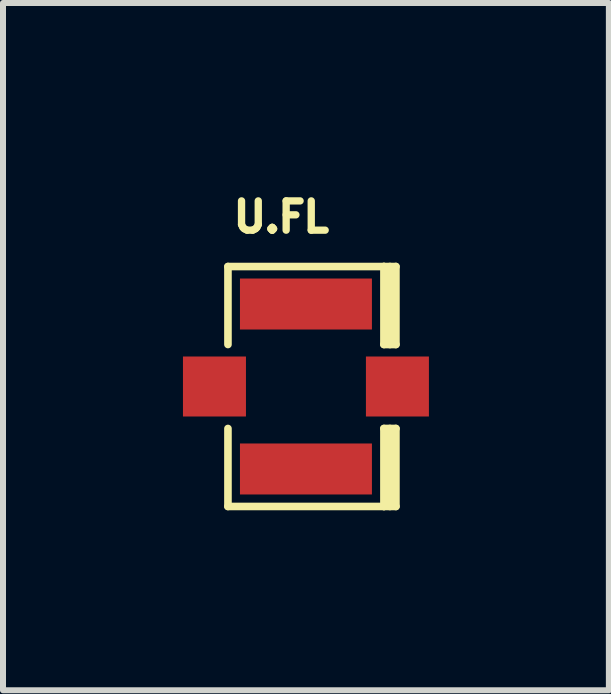
<source format=kicad_pcb>
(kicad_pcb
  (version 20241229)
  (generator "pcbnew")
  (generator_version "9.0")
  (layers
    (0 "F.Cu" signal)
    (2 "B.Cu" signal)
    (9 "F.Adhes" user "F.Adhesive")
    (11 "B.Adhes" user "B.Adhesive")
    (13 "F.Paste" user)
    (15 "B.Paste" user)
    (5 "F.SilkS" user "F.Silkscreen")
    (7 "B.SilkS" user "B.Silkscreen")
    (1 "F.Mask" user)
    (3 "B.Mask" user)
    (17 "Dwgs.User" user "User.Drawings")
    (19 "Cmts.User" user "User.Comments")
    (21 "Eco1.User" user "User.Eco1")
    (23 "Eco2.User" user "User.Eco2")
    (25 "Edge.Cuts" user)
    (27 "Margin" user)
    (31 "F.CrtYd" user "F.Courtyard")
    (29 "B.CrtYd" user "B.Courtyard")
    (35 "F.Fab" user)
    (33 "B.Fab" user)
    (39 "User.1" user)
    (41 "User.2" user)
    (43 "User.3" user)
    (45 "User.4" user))
  (footprint "U.FL"
    (layer "F.Cu")
    (at 2.05 3.393)
    (property "Reference" "U.FL" (at -1.27 -2.54 0) (layer "F.SilkS") (effects (font (size 0.488 0.488) (thickness 0.122)) (justify left bottom)))
    (fp_line (start -1.3 -0.7) (end -1.3 -2) (stroke (width 0.127) (type solid)) (layer "F.SilkS"))
    (fp_line (start -1.3 2) (end -1.3 0.7) (stroke (width 0.127) (type solid)) (layer "F.SilkS"))
    (fp_line (start -1.3 2) (end 1.3 2) (stroke (width 0.127) (type solid)) (layer "F.SilkS"))
    (fp_line (start 1.3 -2) (end -1.3 -2) (stroke (width 0.127) (type solid)) (layer "F.SilkS"))
    (fp_line (start 1.3 -0.7) (end 1.3 -2) (stroke (width 0.127) (type solid)) (layer "F.SilkS"))
    (fp_line (start 1.3 2) (end 1.3 0.7) (stroke (width 0.127) (type solid)) (layer "F.SilkS"))
    (fp_line (start 1.4 -0.7) (end 1.4 -2) (stroke (width 0.127) (type solid)) (layer "F.SilkS"))
    (fp_line (start 1.4 2) (end 1.4 0.7) (stroke (width 0.127) (type solid)) (layer "F.SilkS"))
    (fp_line (start 1.5 -2) (end 1.3 -2) (stroke (width 0.127) (type solid)) (layer "F.SilkS"))
    (fp_line (start 1.5 -0.7) (end 1.3 -0.7) (stroke (width 0.127) (type solid)) (layer "F.SilkS"))
    (fp_line (start 1.5 -0.7) (end 1.5 -2) (stroke (width 0.127) (type solid)) (layer "F.SilkS"))
    (fp_line (start 1.5 0.7) (end 1.3 0.7) (stroke (width 0.127) (type solid)) (layer "F.SilkS"))
    (fp_line (start 1.5 2) (end 1.3 2) (stroke (width 0.127) (type solid)) (layer "F.SilkS"))
    (fp_line (start 1.5 2) (end 1.5 0.7) (stroke (width 0.127) (type solid)) (layer "F.SilkS"))
    (pad "1" smd rect (at 0 -1.375) (size 2.2 0.85) (layers "F.Cu" "F.Mask" "F.Paste"))
    (pad "2" smd rect (at 0 1.375) (size 2.2 0.85) (layers "F.Cu" "F.Mask" "F.Paste"))
    (pad "FEED" smd rect (at 1.525 0) (size 1.05 1) (layers "F.Cu" "F.Mask" "F.Paste"))
    (pad "NC" smd rect (at -1.525 0) (size 1.05 1) (layers "F.Cu" "F.Mask" "F.Paste")))
  (gr_rect
    (start -3 -3)
    (end 7.1 8.457)
    (stroke (width 0.1) (type default))
    (fill no)
    (layer "Edge.Cuts")))
</source>
